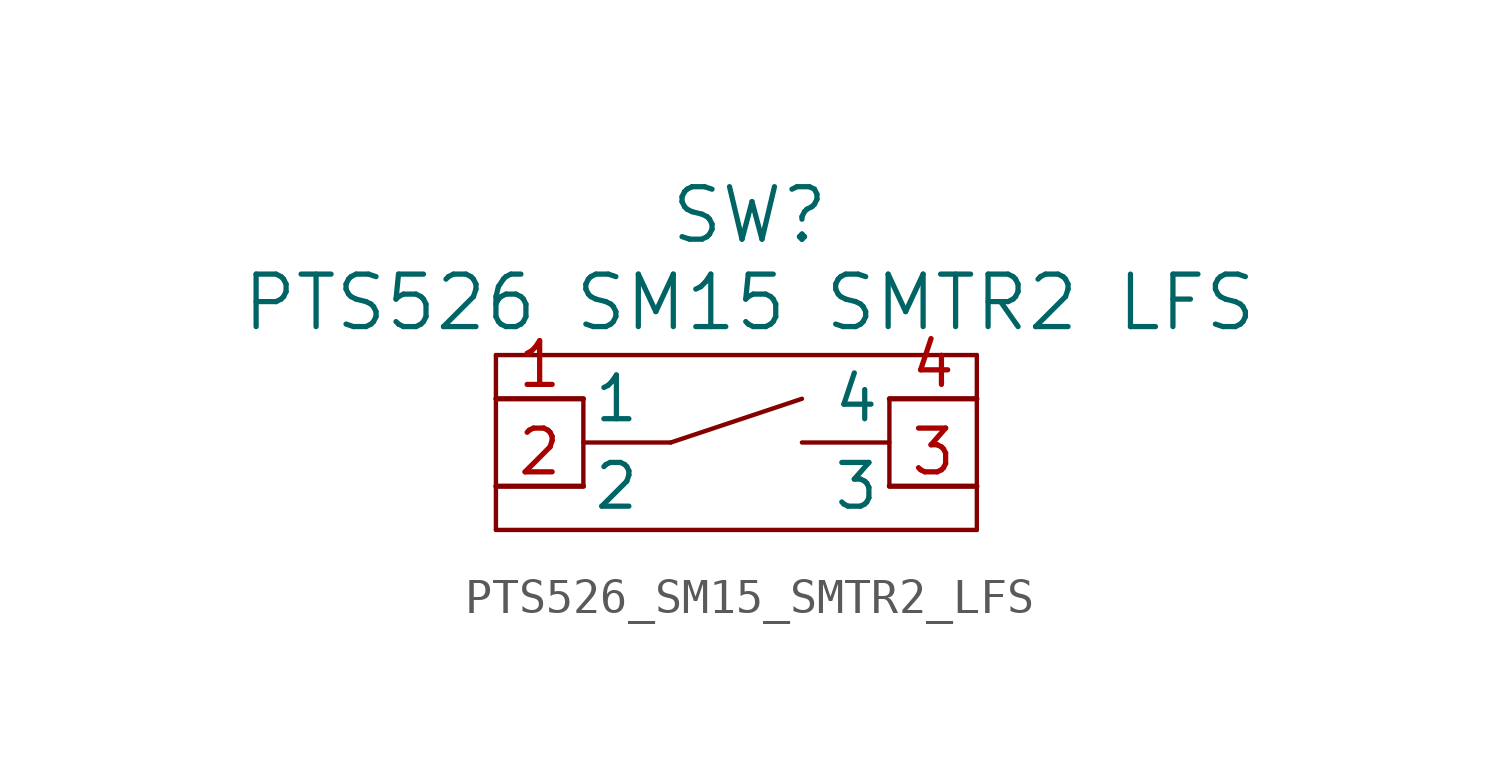
<source format=kicad_sym>
(kicad_symbol_lib
  (version 20241209)
  (generator "kicad_symbol_editor")
  (generator_version "9.0")
  (symbol "PTS526_SM15_SMTR2_LFS"
    (pin_names
      (offset 0.254))
    (property "Reference" "SW"
      (at -0.254 6.604 0)
      (effects (font (size 1.524 1.524))))
    (property "Value" "PTS526 SM15 SMTR2 LFS"
      (at -0.254 4.064 0)
      (effects (font (size 1.524 1.524))))
    (symbol "PTS526_SM15_SMTR2_LFS_0_1"
      (polyline (pts (xy -7.62 2.54) (xy -7.62 -2.54)) (stroke (width 0.127) (type default)) (fill (type none)))
      (polyline (pts (xy -7.62 -2.54) (xy 6.35 -2.54)) (stroke (width 0.127) (type default)) (fill (type none)))
      (polyline (pts (xy -5.08 1.27) (xy -5.08 -1.27)) (stroke (width 0.127) (type default)) (fill (type none)))
      (polyline (pts (xy -2.54 0) (xy -5.08 0)) (stroke (width 0.127) (type default)) (fill (type none)))
      (polyline (pts (xy -2.54 0) (xy 1.27 1.27)) (stroke (width 0.127) (type default)) (fill (type none)))
      (polyline (pts (xy 3.81 1.27) (xy 3.81 -1.27)) (stroke (width 0.127) (type default)) (fill (type none)))
      (polyline (pts (xy 3.81 0) (xy 1.27 0)) (stroke (width 0.127) (type default)) (fill (type none)))
      (polyline (pts (xy 6.35 2.54) (xy -7.62 2.54)) (stroke (width 0.127) (type default)) (fill (type none)))
      (polyline (pts (xy 6.35 -2.54) (xy 6.35 2.54)) (stroke (width 0.127) (type default)) (fill (type none))))
    (symbol "PTS526_SM15_SMTR2_LFS_1_1"
      (pin passive line (at -7.62 1.27 0) (length 2.54) (name "1" (effects (font (size 1.27 1.27)))) (number "1" (effects (font (size 1.27 1.27)))))
      (pin passive line (at -7.62 -1.27 0) (length 2.54) (name "2" (effects (font (size 1.27 1.27)))) (number "2" (effects (font (size 1.27 1.27)))))
      (pin passive line (at 6.35 1.27 180) (length 2.54) (name "4" (effects (font (size 1.27 1.27)))) (number "4" (effects (font (size 1.27 1.27)))))
      (pin passive line (at 6.35 -1.27 180) (length 2.54) (name "3" (effects (font (size 1.27 1.27)))) (number "3" (effects (font (size 1.27 1.27))))))))
</source>
